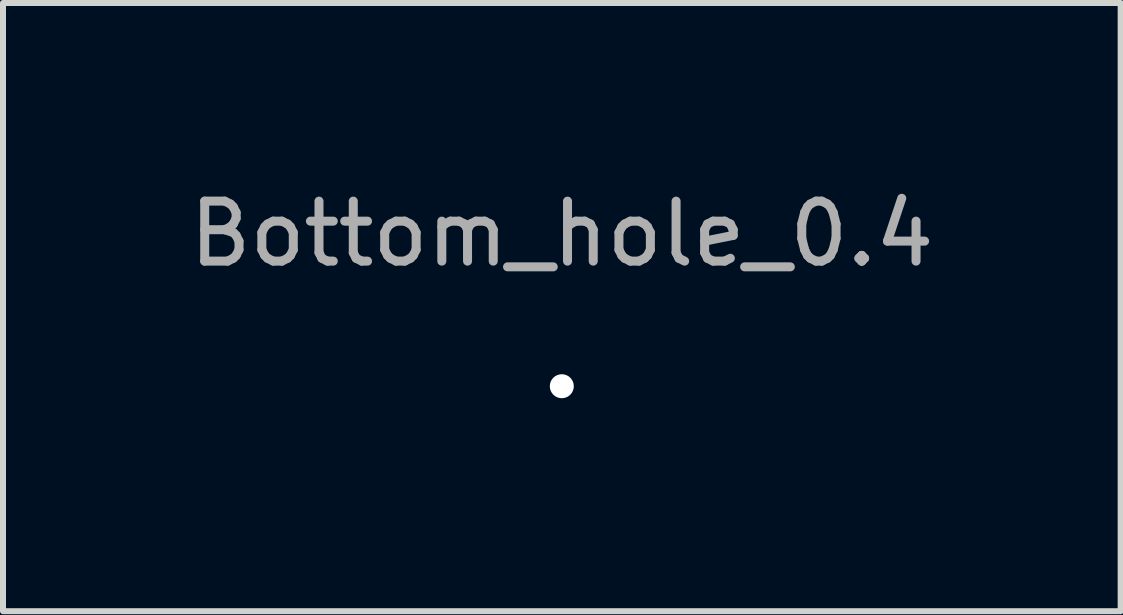
<source format=kicad_pcb>
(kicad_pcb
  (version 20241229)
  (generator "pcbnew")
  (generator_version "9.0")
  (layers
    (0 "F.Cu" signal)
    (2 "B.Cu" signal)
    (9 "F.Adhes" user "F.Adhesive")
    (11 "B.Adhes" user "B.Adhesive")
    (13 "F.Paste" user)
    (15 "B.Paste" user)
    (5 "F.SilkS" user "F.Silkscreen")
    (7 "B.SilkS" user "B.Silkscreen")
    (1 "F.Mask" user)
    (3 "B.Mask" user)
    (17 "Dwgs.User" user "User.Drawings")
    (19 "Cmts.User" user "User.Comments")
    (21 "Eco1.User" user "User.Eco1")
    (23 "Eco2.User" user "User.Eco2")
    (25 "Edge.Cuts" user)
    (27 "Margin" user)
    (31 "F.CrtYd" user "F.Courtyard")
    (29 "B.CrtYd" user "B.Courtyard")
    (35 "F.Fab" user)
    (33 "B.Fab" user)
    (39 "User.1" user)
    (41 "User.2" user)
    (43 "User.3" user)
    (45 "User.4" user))
  (footprint "Bottom_hole_0.4"
    (layer "F.Cu")
    (at 6.315 3.388)
    (property "Reference" "Bottom_hole_0.4" (at 0 -2.54 0) (unlocked yes) (layer "F.Fab") (effects (font (size 1 1) (thickness 0.15))))
    (attr exclude_from_bom)
    (pad "1" thru_hole circle (at 0 0) (size 1.5 1.5) (drill 0.4) (layers "*.Cu" "B.Mask") (remove_unused_layers yes) (zone_layer_connections)))
  (gr_rect
    (start -3 -3)
    (end 15.631 7.138)
    (stroke (width 0.1) (type default))
    (fill no)
    (layer "Edge.Cuts")))
</source>
